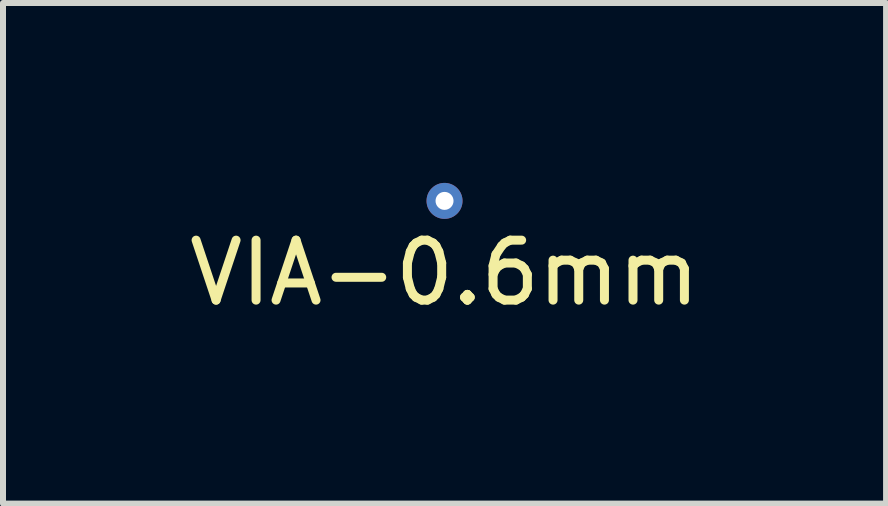
<source format=kicad_pcb>
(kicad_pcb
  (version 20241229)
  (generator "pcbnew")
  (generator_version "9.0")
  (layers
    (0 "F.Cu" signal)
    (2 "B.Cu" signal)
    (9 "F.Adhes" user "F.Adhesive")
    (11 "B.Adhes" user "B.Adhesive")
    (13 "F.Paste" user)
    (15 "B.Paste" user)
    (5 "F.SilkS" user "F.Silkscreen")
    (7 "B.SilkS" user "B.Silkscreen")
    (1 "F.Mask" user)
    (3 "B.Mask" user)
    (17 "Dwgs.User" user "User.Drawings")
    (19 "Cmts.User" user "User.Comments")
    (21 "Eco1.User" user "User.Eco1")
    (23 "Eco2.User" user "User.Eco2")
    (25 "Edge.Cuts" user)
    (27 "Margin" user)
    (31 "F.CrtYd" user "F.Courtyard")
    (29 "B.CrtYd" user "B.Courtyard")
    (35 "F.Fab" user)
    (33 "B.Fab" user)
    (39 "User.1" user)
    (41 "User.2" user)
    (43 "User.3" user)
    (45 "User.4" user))
  (footprint "VIA-0.6mm"
    (layer "F.Cu")
    (at 4.363 0.3)
    (property "Reference" "VIA-0.6mm" (at 0 1.2 0) (layer "F.SilkS") (effects (font (size 1 1) (thickness 0.15))))
    (attr through_hole)
    (pad "" thru_hole circle (at 0 0) (size 0.6 0.6) (drill 0.3) (layers "*.Cu")))
  (gr_rect
    (start -3 -3)
    (end 11.726 5.348)
    (stroke (width 0.1) (type default))
    (fill no)
    (layer "Edge.Cuts")))
</source>
